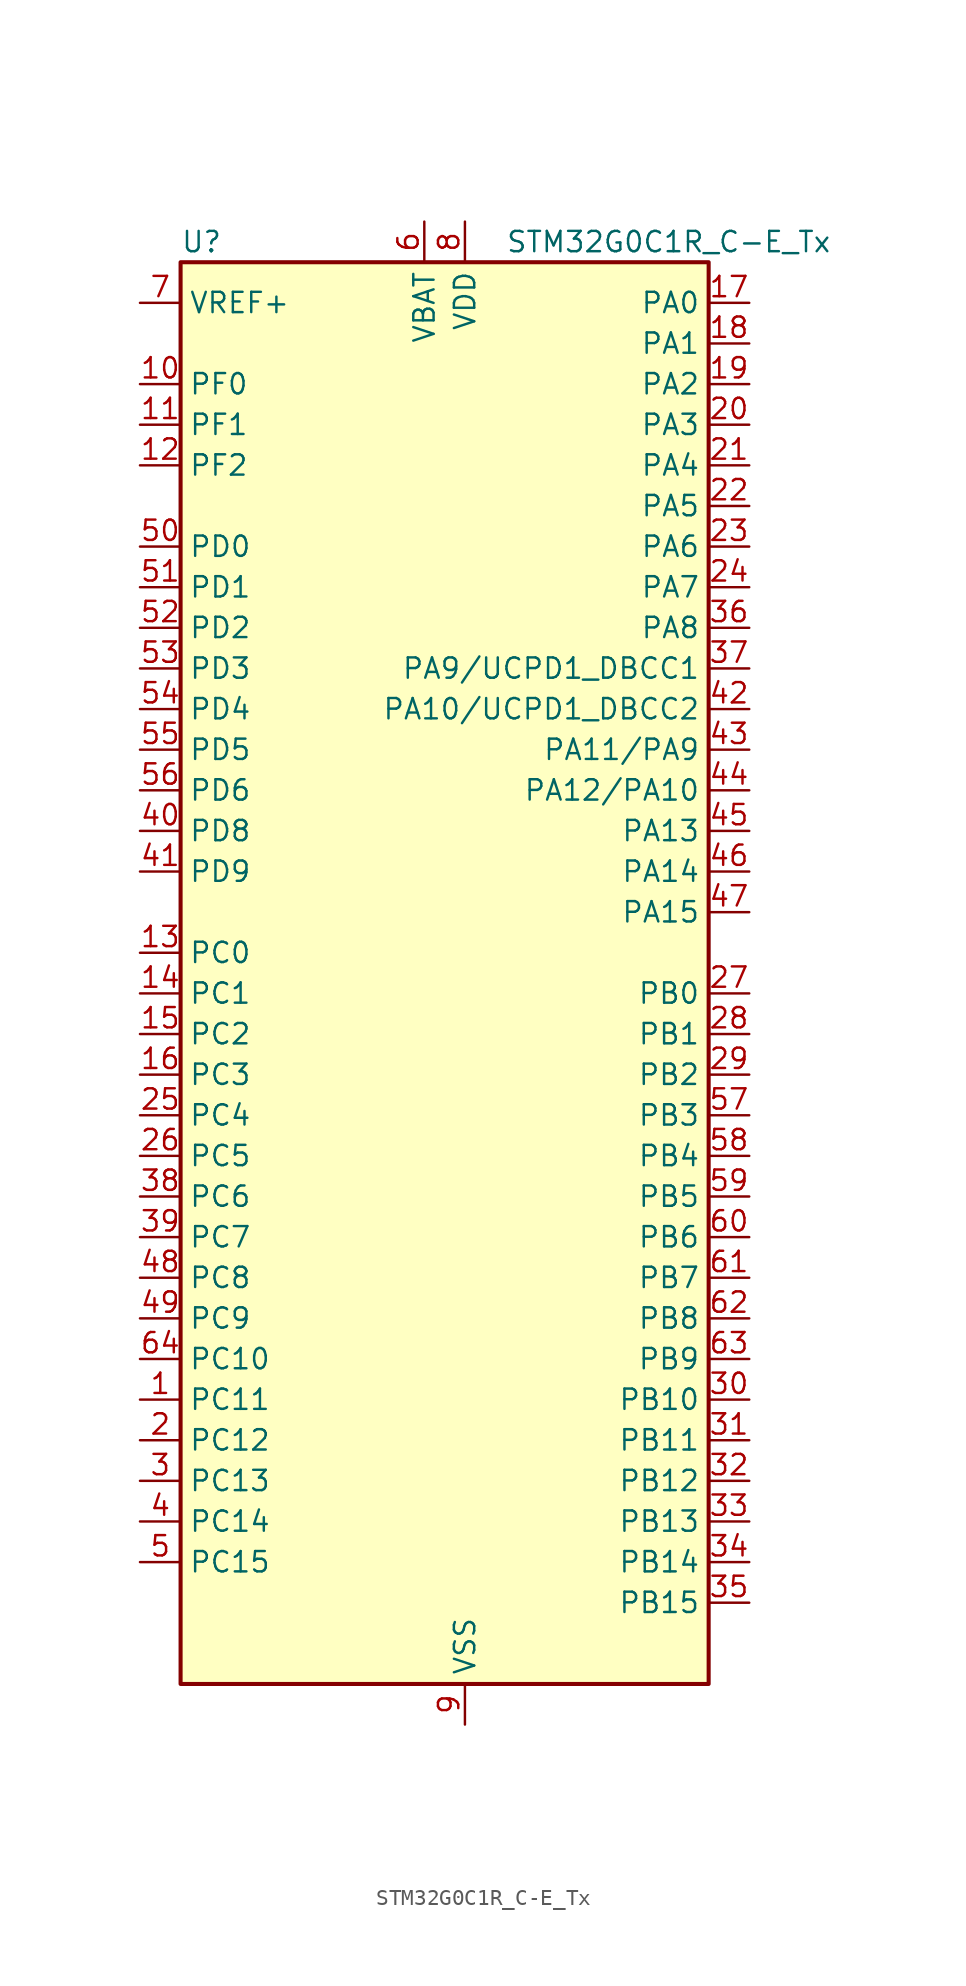
<source format=kicad_sym>
(kicad_symbol_lib
  (version 20211014)
  (generator kicad-library-utils)
  (symbol "STM32G0C1R_C-E_Tx"
    (property "Reference" "U"
      (at -15.24 46.99 0)
      (effects (font (size 1.27 1.27)) (justify left)))
    (property "Value" "STM32G0C1R_C-E_Tx"
      (at 5.08 46.99 0)
      (effects (font (size 1.27 1.27)) (justify left)))
    (property "ki_fp_filters" "LQFP*10x10mm*P0.5mm*"
      (at 0.0 0.0 0.0)
      (effects (font (size 1.27 1.27))))
    (symbol "STM32G0C1R_C-E_Tx_0_1"
      (rectangle (start -15.24 -43.18) (end 17.78 45.72) (stroke (width 0.254)) (fill (type background))))
    (symbol "STM32G0C1R_C-E_Tx_1_1"
      (pin input line (at -17.78 43.18 0) (length 2.54) (name "VREF+" (effects (font (size 1.27 1.27)))) (number "7" (effects (font (size 1.27 1.27)))) (alternate "VREFBUF_OUT" bidirectional line))
      (pin bidirectional line (at -17.78 38.1 0) (length 2.54) (name "PF0" (effects (font (size 1.27 1.27)))) (number "10" (effects (font (size 1.27 1.27)))) (alternate "CRS1_SYNC" bidirectional line) (alternate "RCC_OSC_IN" bidirectional line) (alternate "TIM14_CH1" bidirectional line))
      (pin bidirectional line (at -17.78 35.56 0) (length 2.54) (name "PF1" (effects (font (size 1.27 1.27)))) (number "11" (effects (font (size 1.27 1.27)))) (alternate "RCC_OSC_EN" bidirectional line) (alternate "RCC_OSC_OUT" bidirectional line) (alternate "TIM15_CH1N" bidirectional line))
      (pin bidirectional line (at -17.78 33.02 0) (length 2.54) (name "PF2" (effects (font (size 1.27 1.27)))) (number "12" (effects (font (size 1.27 1.27)))) (alternate "LPUART2_DE" bidirectional line) (alternate "LPUART2_RTS" bidirectional line) (alternate "LPUART2_TX" bidirectional line) (alternate "RCC_MCO" bidirectional line))
      (pin bidirectional line (at -17.78 27.94 0) (length 2.54) (name "PD0" (effects (font (size 1.27 1.27)))) (number "50" (effects (font (size 1.27 1.27)))) (alternate "FDCAN1_RX" bidirectional line) (alternate "I2S2_WS" bidirectional line) (alternate "SPI2_NSS" bidirectional line) (alternate "TIM16_CH1" bidirectional line) (alternate "UCPD2_CC1" bidirectional line))
      (pin bidirectional line (at -17.78 25.4 0) (length 2.54) (name "PD1" (effects (font (size 1.27 1.27)))) (number "51" (effects (font (size 1.27 1.27)))) (alternate "FDCAN1_TX" bidirectional line) (alternate "I2S2_CK" bidirectional line) (alternate "SPI2_SCK" bidirectional line) (alternate "TIM17_CH1" bidirectional line) (alternate "UCPD2_DBCC1" bidirectional line))
      (pin bidirectional line (at -17.78 22.86 0) (length 2.54) (name "PD2" (effects (font (size 1.27 1.27)))) (number "52" (effects (font (size 1.27 1.27)))) (alternate "TIM1_CH1N" bidirectional line) (alternate "TIM3_ETR" bidirectional line) (alternate "UCPD2_CC2" bidirectional line) (alternate "USART3_CK" bidirectional line) (alternate "USART3_DE" bidirectional line) (alternate "USART3_RTS" bidirectional line) (alternate "USART5_RX" bidirectional line))
      (pin bidirectional line (at -17.78 20.32 0) (length 2.54) (name "PD3" (effects (font (size 1.27 1.27)))) (number "53" (effects (font (size 1.27 1.27)))) (alternate "I2S2_MCK" bidirectional line) (alternate "SPI2_MISO" bidirectional line) (alternate "TIM1_CH2N" bidirectional line) (alternate "UCPD2_DBCC2" bidirectional line) (alternate "USART2_CTS" bidirectional line) (alternate "USART2_NSS" bidirectional line) (alternate "USART5_TX" bidirectional line))
      (pin bidirectional line (at -17.78 17.78 0) (length 2.54) (name "PD4" (effects (font (size 1.27 1.27)))) (number "54" (effects (font (size 1.27 1.27)))) (alternate "I2S2_SD" bidirectional line) (alternate "SPI2_MOSI" bidirectional line) (alternate "TIM1_CH3N" bidirectional line) (alternate "USART2_CK" bidirectional line) (alternate "USART2_DE" bidirectional line) (alternate "USART2_RTS" bidirectional line) (alternate "USART5_CK" bidirectional line) (alternate "USART5_DE" bidirectional line) (alternate "USART5_RTS" bidirectional line))
      (pin bidirectional line (at -17.78 15.24 0) (length 2.54) (name "PD5" (effects (font (size 1.27 1.27)))) (number "55" (effects (font (size 1.27 1.27)))) (alternate "I2S1_MCK" bidirectional line) (alternate "SPI1_MISO" bidirectional line) (alternate "TIM1_BK" bidirectional line) (alternate "USART2_TX" bidirectional line) (alternate "USART5_CTS" bidirectional line) (alternate "USART5_NSS" bidirectional line))
      (pin bidirectional line (at -17.78 12.7 0) (length 2.54) (name "PD6" (effects (font (size 1.27 1.27)))) (number "56" (effects (font (size 1.27 1.27)))) (alternate "I2S1_SD" bidirectional line) (alternate "LPTIM2_OUT" bidirectional line) (alternate "SPI1_MOSI" bidirectional line) (alternate "USART2_RX" bidirectional line))
      (pin bidirectional line (at -17.78 10.16 0) (length 2.54) (name "PD8" (effects (font (size 1.27 1.27)))) (number "40" (effects (font (size 1.27 1.27)))) (alternate "I2S1_CK" bidirectional line) (alternate "LPTIM1_OUT" bidirectional line) (alternate "SPI1_SCK" bidirectional line) (alternate "USART3_TX" bidirectional line))
      (pin bidirectional line (at -17.78 7.62 0) (length 2.54) (name "PD9" (effects (font (size 1.27 1.27)))) (number "41" (effects (font (size 1.27 1.27)))) (alternate "DAC1_EXTI9" bidirectional line) (alternate "I2S1_WS" bidirectional line) (alternate "SPI1_NSS" bidirectional line) (alternate "TIM1_BK2" bidirectional line) (alternate "USART3_RX" bidirectional line))
      (pin bidirectional line (at -17.78 2.54 0) (length 2.54) (name "PC0" (effects (font (size 1.27 1.27)))) (number "13" (effects (font (size 1.27 1.27)))) (alternate "COMP3_INM" bidirectional line) (alternate "COMP3_OUT" bidirectional line) (alternate "I2C3_SCL" bidirectional line) (alternate "LPTIM1_IN1" bidirectional line) (alternate "LPTIM2_IN1" bidirectional line) (alternate "LPUART1_RX" bidirectional line) (alternate "LPUART2_TX" bidirectional line) (alternate "USART6_TX" bidirectional line))
      (pin bidirectional line (at -17.78 0.0 0) (length 2.54) (name "PC1" (effects (font (size 1.27 1.27)))) (number "14" (effects (font (size 1.27 1.27)))) (alternate "COMP3_INP" bidirectional line) (alternate "I2C3_SDA" bidirectional line) (alternate "LPTIM1_OUT" bidirectional line) (alternate "LPUART1_TX" bidirectional line) (alternate "LPUART2_RX" bidirectional line) (alternate "TIM15_CH1" bidirectional line) (alternate "USART6_RX" bidirectional line))
      (pin bidirectional line (at -17.78 -2.54 0) (length 2.54) (name "PC2" (effects (font (size 1.27 1.27)))) (number "15" (effects (font (size 1.27 1.27)))) (alternate "COMP3_OUT" bidirectional line) (alternate "FDCAN2_RX" bidirectional line) (alternate "I2S2_MCK" bidirectional line) (alternate "LPTIM1_IN2" bidirectional line) (alternate "SPI2_MISO" bidirectional line) (alternate "TIM15_CH2" bidirectional line))
      (pin bidirectional line (at -17.78 -5.08 0) (length 2.54) (name "PC3" (effects (font (size 1.27 1.27)))) (number "16" (effects (font (size 1.27 1.27)))) (alternate "FDCAN2_TX" bidirectional line) (alternate "I2S2_SD" bidirectional line) (alternate "LPTIM1_ETR" bidirectional line) (alternate "LPTIM2_ETR" bidirectional line) (alternate "SPI2_MOSI" bidirectional line))
      (pin bidirectional line (at -17.78 -7.62 0) (length 2.54) (name "PC4" (effects (font (size 1.27 1.27)))) (number "25" (effects (font (size 1.27 1.27)))) (alternate "ADC1_IN17" bidirectional line) (alternate "COMP1_INM" bidirectional line) (alternate "FDCAN1_RX" bidirectional line) (alternate "TIM2_CH1" bidirectional line) (alternate "TIM2_ETR" bidirectional line) (alternate "USART1_TX" bidirectional line) (alternate "USART3_TX" bidirectional line))
      (pin bidirectional line (at -17.78 -10.16 0) (length 2.54) (name "PC5" (effects (font (size 1.27 1.27)))) (number "26" (effects (font (size 1.27 1.27)))) (alternate "ADC1_IN18" bidirectional line) (alternate "COMP1_INP" bidirectional line) (alternate "FDCAN1_TX" bidirectional line) (alternate "SYS_WKUP5" bidirectional line) (alternate "TIM2_CH2" bidirectional line) (alternate "USART1_RX" bidirectional line) (alternate "USART3_RX" bidirectional line))
      (pin bidirectional line (at -17.78 -12.7 0) (length 2.54) (name "PC6" (effects (font (size 1.27 1.27)))) (number "38" (effects (font (size 1.27 1.27)))) (alternate "LPUART2_TX" bidirectional line) (alternate "TIM2_CH3" bidirectional line) (alternate "TIM3_CH1" bidirectional line) (alternate "UCPD1_FRSTX1" bidirectional line) (alternate "UCPD1_FRSTX2" bidirectional line))
      (pin bidirectional line (at -17.78 -15.24 0) (length 2.54) (name "PC7" (effects (font (size 1.27 1.27)))) (number "39" (effects (font (size 1.27 1.27)))) (alternate "LPUART2_RX" bidirectional line) (alternate "TIM2_CH4" bidirectional line) (alternate "TIM3_CH2" bidirectional line) (alternate "UCPD2_FRSTX1" bidirectional line) (alternate "UCPD2_FRSTX2" bidirectional line))
      (pin bidirectional line (at -17.78 -17.78 0) (length 2.54) (name "PC8" (effects (font (size 1.27 1.27)))) (number "48" (effects (font (size 1.27 1.27)))) (alternate "LPUART2_CTS" bidirectional line) (alternate "TIM1_CH1" bidirectional line) (alternate "TIM3_CH3" bidirectional line) (alternate "UCPD2_FRSTX1" bidirectional line) (alternate "UCPD2_FRSTX2" bidirectional line))
      (pin bidirectional line (at -17.78 -20.32 0) (length 2.54) (name "PC9" (effects (font (size 1.27 1.27)))) (number "49" (effects (font (size 1.27 1.27)))) (alternate "DAC1_EXTI9" bidirectional line) (alternate "I2S_CKIN" bidirectional line) (alternate "LPUART2_DE" bidirectional line) (alternate "LPUART2_RTS" bidirectional line) (alternate "TIM1_CH2" bidirectional line) (alternate "TIM3_CH4" bidirectional line) (alternate "USB_NOE" bidirectional line))
      (pin bidirectional line (at -17.78 -22.86 0) (length 2.54) (name "PC10" (effects (font (size 1.27 1.27)))) (number "64" (effects (font (size 1.27 1.27)))) (alternate "SPI3_SCK" bidirectional line) (alternate "TIM1_CH3" bidirectional line) (alternate "USART3_TX" bidirectional line) (alternate "USART4_TX" bidirectional line))
      (pin bidirectional line (at -17.78 -25.4 0) (length 2.54) (name "PC11" (effects (font (size 1.27 1.27)))) (number "1" (effects (font (size 1.27 1.27)))) (alternate "ADC1_EXTI11" bidirectional line) (alternate "SPI3_MISO" bidirectional line) (alternate "TIM1_CH4" bidirectional line) (alternate "USART3_RX" bidirectional line) (alternate "USART4_RX" bidirectional line))
      (pin bidirectional line (at -17.78 -27.94 0) (length 2.54) (name "PC12" (effects (font (size 1.27 1.27)))) (number "2" (effects (font (size 1.27 1.27)))) (alternate "LPTIM1_IN1" bidirectional line) (alternate "SPI3_MOSI" bidirectional line) (alternate "TIM14_CH1" bidirectional line) (alternate "UCPD1_FRSTX1" bidirectional line) (alternate "UCPD1_FRSTX2" bidirectional line) (alternate "USART5_TX" bidirectional line))
      (pin bidirectional line (at -17.78 -30.48 0) (length 2.54) (name "PC13" (effects (font (size 1.27 1.27)))) (number "3" (effects (font (size 1.27 1.27)))) (alternate "RTC_OUT1" bidirectional line) (alternate "RTC_TAMP_IN1" bidirectional line) (alternate "RTC_TS" bidirectional line) (alternate "SYS_WKUP2" bidirectional line) (alternate "TIM1_BK" bidirectional line))
      (pin bidirectional line (at -17.78 -33.02 0) (length 2.54) (name "PC14" (effects (font (size 1.27 1.27)))) (number "4" (effects (font (size 1.27 1.27)))) (alternate "RCC_OSC32_IN" bidirectional line) (alternate "TIM1_BK2" bidirectional line))
      (pin bidirectional line (at -17.78 -35.56 0) (length 2.54) (name "PC15" (effects (font (size 1.27 1.27)))) (number "5" (effects (font (size 1.27 1.27)))) (alternate "RCC_OSC32_EN" bidirectional line) (alternate "RCC_OSC32_OUT" bidirectional line) (alternate "RCC_OSC_EN" bidirectional line) (alternate "TIM15_BK" bidirectional line))
      (pin bidirectional line (at 20.32 43.18 180) (length 2.54) (name "PA0" (effects (font (size 1.27 1.27)))) (number "17" (effects (font (size 1.27 1.27)))) (alternate "ADC1_IN0" bidirectional line) (alternate "COMP1_INM" bidirectional line) (alternate "COMP1_OUT" bidirectional line) (alternate "I2S2_CK" bidirectional line) (alternate "LPTIM1_OUT" bidirectional line) (alternate "RTC_TAMP_IN2" bidirectional line) (alternate "SPI2_SCK" bidirectional line) (alternate "SYS_WKUP1" bidirectional line) (alternate "TIM2_CH1" bidirectional line) (alternate "TIM2_ETR" bidirectional line) (alternate "UCPD2_FRSTX1" bidirectional line) (alternate "UCPD2_FRSTX2" bidirectional line) (alternate "USART2_CTS" bidirectional line) (alternate "USART2_NSS" bidirectional line) (alternate "USART4_TX" bidirectional line))
      (pin bidirectional line (at 20.32 40.64 180) (length 2.54) (name "PA1" (effects (font (size 1.27 1.27)))) (number "18" (effects (font (size 1.27 1.27)))) (alternate "ADC1_IN1" bidirectional line) (alternate "COMP1_INP" bidirectional line) (alternate "I2C1_SMBA" bidirectional line) (alternate "I2S1_CK" bidirectional line) (alternate "SPI1_SCK" bidirectional line) (alternate "TIM15_CH1N" bidirectional line) (alternate "TIM2_CH2" bidirectional line) (alternate "USART2_CK" bidirectional line) (alternate "USART2_DE" bidirectional line) (alternate "USART2_RTS" bidirectional line) (alternate "USART4_RX" bidirectional line))
      (pin bidirectional line (at 20.32 38.1 180) (length 2.54) (name "PA2" (effects (font (size 1.27 1.27)))) (number "19" (effects (font (size 1.27 1.27)))) (alternate "ADC1_IN2" bidirectional line) (alternate "COMP2_INM" bidirectional line) (alternate "COMP2_OUT" bidirectional line) (alternate "I2S1_SD" bidirectional line) (alternate "LPUART1_TX" bidirectional line) (alternate "RCC_LSCO" bidirectional line) (alternate "SPI1_MOSI" bidirectional line) (alternate "SYS_WKUP4" bidirectional line) (alternate "TIM15_CH1" bidirectional line) (alternate "TIM2_CH3" bidirectional line) (alternate "UCPD1_FRSTX1" bidirectional line) (alternate "UCPD1_FRSTX2" bidirectional line) (alternate "USART2_TX" bidirectional line))
      (pin bidirectional line (at 20.32 35.56 180) (length 2.54) (name "PA3" (effects (font (size 1.27 1.27)))) (number "20" (effects (font (size 1.27 1.27)))) (alternate "ADC1_IN3" bidirectional line) (alternate "COMP2_INP" bidirectional line) (alternate "I2S2_MCK" bidirectional line) (alternate "LPUART1_RX" bidirectional line) (alternate "SPI2_MISO" bidirectional line) (alternate "TIM15_CH2" bidirectional line) (alternate "TIM2_CH4" bidirectional line) (alternate "UCPD2_FRSTX1" bidirectional line) (alternate "UCPD2_FRSTX2" bidirectional line) (alternate "USART2_RX" bidirectional line))
      (pin bidirectional line (at 20.32 33.02 180) (length 2.54) (name "PA4" (effects (font (size 1.27 1.27)))) (number "21" (effects (font (size 1.27 1.27)))) (alternate "ADC1_IN4" bidirectional line) (alternate "DAC1_OUT1" bidirectional line) (alternate "I2S1_WS" bidirectional line) (alternate "I2S2_SD" bidirectional line) (alternate "LPTIM2_OUT" bidirectional line) (alternate "RTC_OUT2" bidirectional line) (alternate "SPI1_NSS" bidirectional line) (alternate "SPI2_MOSI" bidirectional line) (alternate "SPI3_NSS" bidirectional line) (alternate "TIM14_CH1" bidirectional line) (alternate "UCPD2_FRSTX1" bidirectional line) (alternate "UCPD2_FRSTX2" bidirectional line) (alternate "USART6_TX" bidirectional line) (alternate "USB_NOE" bidirectional line))
      (pin bidirectional line (at 20.32 30.48 180) (length 2.54) (name "PA5" (effects (font (size 1.27 1.27)))) (number "22" (effects (font (size 1.27 1.27)))) (alternate "ADC1_IN5" bidirectional line) (alternate "CEC" bidirectional line) (alternate "DAC1_OUT2" bidirectional line) (alternate "I2S1_CK" bidirectional line) (alternate "LPTIM2_ETR" bidirectional line) (alternate "SPI1_SCK" bidirectional line) (alternate "TIM2_CH1" bidirectional line) (alternate "TIM2_ETR" bidirectional line) (alternate "UCPD1_FRSTX1" bidirectional line) (alternate "UCPD1_FRSTX2" bidirectional line) (alternate "USART3_TX" bidirectional line) (alternate "USART6_RX" bidirectional line))
      (pin bidirectional line (at 20.32 27.94 180) (length 2.54) (name "PA6" (effects (font (size 1.27 1.27)))) (number "23" (effects (font (size 1.27 1.27)))) (alternate "ADC1_IN6" bidirectional line) (alternate "COMP1_OUT" bidirectional line) (alternate "I2C2_SDA" bidirectional line) (alternate "I2C3_SDA" bidirectional line) (alternate "I2S1_MCK" bidirectional line) (alternate "LPUART1_CTS" bidirectional line) (alternate "SPI1_MISO" bidirectional line) (alternate "TIM16_CH1" bidirectional line) (alternate "TIM1_BK" bidirectional line) (alternate "TIM3_CH1" bidirectional line) (alternate "USART3_CTS" bidirectional line) (alternate "USART3_NSS" bidirectional line) (alternate "USART6_CTS" bidirectional line) (alternate "USART6_NSS" bidirectional line))
      (pin bidirectional line (at 20.32 25.4 180) (length 2.54) (name "PA7" (effects (font (size 1.27 1.27)))) (number "24" (effects (font (size 1.27 1.27)))) (alternate "ADC1_IN7" bidirectional line) (alternate "COMP2_OUT" bidirectional line) (alternate "I2C2_SCL" bidirectional line) (alternate "I2C3_SCL" bidirectional line) (alternate "I2S1_SD" bidirectional line) (alternate "SPI1_MOSI" bidirectional line) (alternate "TIM14_CH1" bidirectional line) (alternate "TIM17_CH1" bidirectional line) (alternate "TIM1_CH1N" bidirectional line) (alternate "TIM3_CH2" bidirectional line) (alternate "UCPD1_FRSTX1" bidirectional line) (alternate "UCPD1_FRSTX2" bidirectional line) (alternate "USART6_CK" bidirectional line) (alternate "USART6_DE" bidirectional line) (alternate "USART6_RTS" bidirectional line))
      (pin bidirectional line (at 20.32 22.86 180) (length 2.54) (name "PA8" (effects (font (size 1.27 1.27)))) (number "36" (effects (font (size 1.27 1.27)))) (alternate "CRS1_SYNC" bidirectional line) (alternate "I2C2_SMBA" bidirectional line) (alternate "I2S2_WS" bidirectional line) (alternate "LPTIM2_OUT" bidirectional line) (alternate "RCC_MCO" bidirectional line) (alternate "SPI2_NSS" bidirectional line) (alternate "TIM1_CH1" bidirectional line) (alternate "UCPD1_CC1" bidirectional line))
      (pin bidirectional line (at 20.32 20.32 180) (length 2.54) (name "PA9/UCPD1_DBCC1" (effects (font (size 1.27 1.27)))) (number "37" (effects (font (size 1.27 1.27)))) (alternate "DAC1_EXTI9" bidirectional line) (alternate "I2C1_SCL" bidirectional line) (alternate "I2C2_SCL" bidirectional line) (alternate "I2S2_MCK" bidirectional line) (alternate "RCC_MCO" bidirectional line) (alternate "SPI2_MISO" bidirectional line) (alternate "TIM15_BK" bidirectional line) (alternate "TIM1_CH2" bidirectional line) (alternate "UCPD1_DBCC1" bidirectional line) (alternate "USART1_TX" bidirectional line))
      (pin bidirectional line (at 20.32 17.78 180) (length 2.54) (name "PA10/UCPD1_DBCC2" (effects (font (size 1.27 1.27)))) (number "42" (effects (font (size 1.27 1.27)))) (alternate "I2C1_SDA" bidirectional line) (alternate "I2C2_SDA" bidirectional line) (alternate "I2S2_SD" bidirectional line) (alternate "RCC_MCO_2" bidirectional line) (alternate "SPI2_MOSI" bidirectional line) (alternate "TIM17_BK" bidirectional line) (alternate "TIM1_CH3" bidirectional line) (alternate "UCPD1_DBCC2" bidirectional line) (alternate "USART1_RX" bidirectional line))
      (pin bidirectional line (at 20.32 15.24 180) (length 2.54) (name "PA11/PA9" (effects (font (size 1.27 1.27)))) (number "43" (effects (font (size 1.27 1.27)))) (alternate "ADC1_EXTI11" bidirectional line) (alternate "COMP1_OUT" bidirectional line) (alternate "FDCAN1_RX" bidirectional line) (alternate "I2C2_SCL" bidirectional line) (alternate "I2S1_MCK" bidirectional line) (alternate "SPI1_MISO" bidirectional line) (alternate "TIM1_BK2" bidirectional line) (alternate "TIM1_CH4" bidirectional line) (alternate "USART1_CTS" bidirectional line) (alternate "USART1_NSS" bidirectional line) (alternate "USB_DM" bidirectional line))
      (pin bidirectional line (at 20.32 12.7 180) (length 2.54) (name "PA12/PA10" (effects (font (size 1.27 1.27)))) (number "44" (effects (font (size 1.27 1.27)))) (alternate "COMP2_OUT" bidirectional line) (alternate "FDCAN1_TX" bidirectional line) (alternate "I2C2_SDA" bidirectional line) (alternate "I2S1_SD" bidirectional line) (alternate "I2S_CKIN" bidirectional line) (alternate "SPI1_MOSI" bidirectional line) (alternate "TIM1_ETR" bidirectional line) (alternate "USART1_CK" bidirectional line) (alternate "USART1_DE" bidirectional line) (alternate "USART1_RTS" bidirectional line) (alternate "USB_DP" bidirectional line))
      (pin bidirectional line (at 20.32 10.16 180) (length 2.54) (name "PA13" (effects (font (size 1.27 1.27)))) (number "45" (effects (font (size 1.27 1.27)))) (alternate "IR_OUT" bidirectional line) (alternate "LPUART2_RX" bidirectional line) (alternate "SYS_SWDIO" bidirectional line) (alternate "USB_NOE" bidirectional line))
      (pin bidirectional line (at 20.32 7.62 180) (length 2.54) (name "PA14" (effects (font (size 1.27 1.27)))) (number "46" (effects (font (size 1.27 1.27)))) (alternate "LPUART2_TX" bidirectional line) (alternate "SYS_SWCLK" bidirectional line) (alternate "USART2_TX" bidirectional line))
      (pin bidirectional line (at 20.32 5.08 180) (length 2.54) (name "PA15" (effects (font (size 1.27 1.27)))) (number "47" (effects (font (size 1.27 1.27)))) (alternate "I2C2_SMBA" bidirectional line) (alternate "I2S1_WS" bidirectional line) (alternate "RCC_MCO_2" bidirectional line) (alternate "SPI1_NSS" bidirectional line) (alternate "SPI3_NSS" bidirectional line) (alternate "TIM2_CH1" bidirectional line) (alternate "TIM2_ETR" bidirectional line) (alternate "USART2_RX" bidirectional line) (alternate "USART3_CK" bidirectional line) (alternate "USART3_DE" bidirectional line) (alternate "USART3_RTS" bidirectional line) (alternate "USART4_CK" bidirectional line) (alternate "USART4_DE" bidirectional line) (alternate "USART4_RTS" bidirectional line) (alternate "USB_NOE" bidirectional line))
      (pin bidirectional line (at 20.32 0.0 180) (length 2.54) (name "PB0" (effects (font (size 1.27 1.27)))) (number "27" (effects (font (size 1.27 1.27)))) (alternate "ADC1_IN8" bidirectional line) (alternate "COMP1_OUT" bidirectional line) (alternate "COMP3_INP" bidirectional line) (alternate "FDCAN2_RX" bidirectional line) (alternate "I2S1_WS" bidirectional line) (alternate "LPTIM1_OUT" bidirectional line) (alternate "LPUART2_CTS" bidirectional line) (alternate "SPI1_NSS" bidirectional line) (alternate "TIM1_CH2N" bidirectional line) (alternate "TIM3_CH3" bidirectional line) (alternate "UCPD1_FRSTX1" bidirectional line) (alternate "UCPD1_FRSTX2" bidirectional line) (alternate "USART3_RX" bidirectional line) (alternate "USART5_TX" bidirectional line))
      (pin bidirectional line (at 20.32 -2.54 180) (length 2.54) (name "PB1" (effects (font (size 1.27 1.27)))) (number "28" (effects (font (size 1.27 1.27)))) (alternate "ADC1_IN9" bidirectional line) (alternate "COMP1_INM" bidirectional line) (alternate "COMP3_OUT" bidirectional line) (alternate "FDCAN2_TX" bidirectional line) (alternate "LPTIM2_IN1" bidirectional line) (alternate "LPUART1_DE" bidirectional line) (alternate "LPUART1_RTS" bidirectional line) (alternate "LPUART2_DE" bidirectional line) (alternate "LPUART2_RTS" bidirectional line) (alternate "TIM14_CH1" bidirectional line) (alternate "TIM1_CH3N" bidirectional line) (alternate "TIM3_CH4" bidirectional line) (alternate "USART3_CK" bidirectional line) (alternate "USART3_DE" bidirectional line) (alternate "USART3_RTS" bidirectional line) (alternate "USART5_RX" bidirectional line))
      (pin bidirectional line (at 20.32 -5.08 180) (length 2.54) (name "PB2" (effects (font (size 1.27 1.27)))) (number "29" (effects (font (size 1.27 1.27)))) (alternate "ADC1_IN10" bidirectional line) (alternate "COMP1_INP" bidirectional line) (alternate "COMP3_INM" bidirectional line) (alternate "I2S2_MCK" bidirectional line) (alternate "LPTIM1_OUT" bidirectional line) (alternate "RCC_MCO_2" bidirectional line) (alternate "SPI2_MISO" bidirectional line) (alternate "USART3_TX" bidirectional line))
      (pin bidirectional line (at 20.32 -7.62 180) (length 2.54) (name "PB3" (effects (font (size 1.27 1.27)))) (number "57" (effects (font (size 1.27 1.27)))) (alternate "COMP2_INM" bidirectional line) (alternate "I2C2_SCL" bidirectional line) (alternate "I2C3_SCL" bidirectional line) (alternate "I2S1_CK" bidirectional line) (alternate "SPI1_SCK" bidirectional line) (alternate "SPI3_SCK" bidirectional line) (alternate "TIM1_CH2" bidirectional line) (alternate "TIM2_CH2" bidirectional line) (alternate "USART1_CK" bidirectional line) (alternate "USART1_DE" bidirectional line) (alternate "USART1_RTS" bidirectional line) (alternate "USART5_TX" bidirectional line))
      (pin bidirectional line (at 20.32 -10.16 180) (length 2.54) (name "PB4" (effects (font (size 1.27 1.27)))) (number "58" (effects (font (size 1.27 1.27)))) (alternate "COMP2_INP" bidirectional line) (alternate "I2C2_SDA" bidirectional line) (alternate "I2C3_SDA" bidirectional line) (alternate "I2S1_MCK" bidirectional line) (alternate "SPI1_MISO" bidirectional line) (alternate "SPI3_MISO" bidirectional line) (alternate "TIM17_BK" bidirectional line) (alternate "TIM3_CH1" bidirectional line) (alternate "USART1_CTS" bidirectional line) (alternate "USART1_NSS" bidirectional line) (alternate "USART5_RX" bidirectional line))
      (pin bidirectional line (at 20.32 -12.7 180) (length 2.54) (name "PB5" (effects (font (size 1.27 1.27)))) (number "59" (effects (font (size 1.27 1.27)))) (alternate "COMP2_OUT" bidirectional line) (alternate "FDCAN2_RX" bidirectional line) (alternate "I2C1_SMBA" bidirectional line) (alternate "I2S1_SD" bidirectional line) (alternate "LPTIM1_IN1" bidirectional line) (alternate "SPI1_MOSI" bidirectional line) (alternate "SPI3_MOSI" bidirectional line) (alternate "SYS_WKUP6" bidirectional line) (alternate "TIM16_BK" bidirectional line) (alternate "TIM3_CH2" bidirectional line) (alternate "USART5_CK" bidirectional line) (alternate "USART5_DE" bidirectional line) (alternate "USART5_RTS" bidirectional line))
      (pin bidirectional line (at 20.32 -15.24 180) (length 2.54) (name "PB6" (effects (font (size 1.27 1.27)))) (number "60" (effects (font (size 1.27 1.27)))) (alternate "COMP2_INP" bidirectional line) (alternate "FDCAN2_TX" bidirectional line) (alternate "I2C1_SCL" bidirectional line) (alternate "I2S2_MCK" bidirectional line) (alternate "LPTIM1_ETR" bidirectional line) (alternate "LPUART2_TX" bidirectional line) (alternate "SPI2_MISO" bidirectional line) (alternate "TIM16_CH1N" bidirectional line) (alternate "TIM1_CH3" bidirectional line) (alternate "TIM4_CH1" bidirectional line) (alternate "USART1_TX" bidirectional line) (alternate "USART5_CTS" bidirectional line) (alternate "USART5_NSS" bidirectional line))
      (pin bidirectional line (at 20.32 -17.78 180) (length 2.54) (name "PB7" (effects (font (size 1.27 1.27)))) (number "61" (effects (font (size 1.27 1.27)))) (alternate "COMP2_INM" bidirectional line) (alternate "I2C1_SDA" bidirectional line) (alternate "I2S2_SD" bidirectional line) (alternate "LPTIM1_IN2" bidirectional line) (alternate "LPUART2_RX" bidirectional line) (alternate "SPI2_MOSI" bidirectional line) (alternate "SYS_PVD_IN" bidirectional line) (alternate "TIM17_CH1N" bidirectional line) (alternate "TIM4_CH2" bidirectional line) (alternate "USART1_RX" bidirectional line) (alternate "USART4_CTS" bidirectional line) (alternate "USART4_NSS" bidirectional line))
      (pin bidirectional line (at 20.32 -20.32 180) (length 2.54) (name "PB8" (effects (font (size 1.27 1.27)))) (number "62" (effects (font (size 1.27 1.27)))) (alternate "CEC" bidirectional line) (alternate "FDCAN1_RX" bidirectional line) (alternate "I2C1_SCL" bidirectional line) (alternate "I2S2_CK" bidirectional line) (alternate "SPI2_SCK" bidirectional line) (alternate "TIM15_BK" bidirectional line) (alternate "TIM16_CH1" bidirectional line) (alternate "TIM4_CH3" bidirectional line) (alternate "USART3_TX" bidirectional line) (alternate "USART6_TX" bidirectional line))
      (pin bidirectional line (at 20.32 -22.86 180) (length 2.54) (name "PB9" (effects (font (size 1.27 1.27)))) (number "63" (effects (font (size 1.27 1.27)))) (alternate "DAC1_EXTI9" bidirectional line) (alternate "FDCAN1_TX" bidirectional line) (alternate "I2C1_SDA" bidirectional line) (alternate "I2S2_WS" bidirectional line) (alternate "IR_OUT" bidirectional line) (alternate "SPI2_NSS" bidirectional line) (alternate "TIM17_CH1" bidirectional line) (alternate "TIM4_CH4" bidirectional line) (alternate "UCPD2_FRSTX1" bidirectional line) (alternate "UCPD2_FRSTX2" bidirectional line) (alternate "USART3_RX" bidirectional line) (alternate "USART6_RX" bidirectional line))
      (pin bidirectional line (at 20.32 -25.4 180) (length 2.54) (name "PB10" (effects (font (size 1.27 1.27)))) (number "30" (effects (font (size 1.27 1.27)))) (alternate "ADC1_IN11" bidirectional line) (alternate "CEC" bidirectional line) (alternate "COMP1_OUT" bidirectional line) (alternate "I2C2_SCL" bidirectional line) (alternate "I2S2_CK" bidirectional line) (alternate "LPUART1_RX" bidirectional line) (alternate "SPI2_SCK" bidirectional line) (alternate "TIM2_CH3" bidirectional line) (alternate "USART3_TX" bidirectional line))
      (pin bidirectional line (at 20.32 -27.94 180) (length 2.54) (name "PB11" (effects (font (size 1.27 1.27)))) (number "31" (effects (font (size 1.27 1.27)))) (alternate "ADC1_EXTI11" bidirectional line) (alternate "ADC1_IN15" bidirectional line) (alternate "COMP2_OUT" bidirectional line) (alternate "I2C2_SDA" bidirectional line) (alternate "I2S2_SD" bidirectional line) (alternate "LPUART1_TX" bidirectional line) (alternate "SPI2_MOSI" bidirectional line) (alternate "TIM2_CH4" bidirectional line) (alternate "USART3_RX" bidirectional line))
      (pin bidirectional line (at 20.32 -30.48 180) (length 2.54) (name "PB12" (effects (font (size 1.27 1.27)))) (number "32" (effects (font (size 1.27 1.27)))) (alternate "ADC1_IN16" bidirectional line) (alternate "FDCAN2_RX" bidirectional line) (alternate "I2C2_SMBA" bidirectional line) (alternate "I2S2_WS" bidirectional line) (alternate "LPUART1_DE" bidirectional line) (alternate "LPUART1_RTS" bidirectional line) (alternate "SPI2_NSS" bidirectional line) (alternate "TIM15_BK" bidirectional line) (alternate "TIM1_BK" bidirectional line) (alternate "UCPD2_FRSTX1" bidirectional line) (alternate "UCPD2_FRSTX2" bidirectional line))
      (pin bidirectional line (at 20.32 -33.02 180) (length 2.54) (name "PB13" (effects (font (size 1.27 1.27)))) (number "33" (effects (font (size 1.27 1.27)))) (alternate "FDCAN2_TX" bidirectional line) (alternate "I2C2_SCL" bidirectional line) (alternate "I2S2_CK" bidirectional line) (alternate "LPUART1_CTS" bidirectional line) (alternate "SPI2_SCK" bidirectional line) (alternate "TIM15_CH1N" bidirectional line) (alternate "TIM1_CH1N" bidirectional line) (alternate "USART3_CTS" bidirectional line) (alternate "USART3_NSS" bidirectional line))
      (pin bidirectional line (at 20.32 -35.56 180) (length 2.54) (name "PB14" (effects (font (size 1.27 1.27)))) (number "34" (effects (font (size 1.27 1.27)))) (alternate "I2C2_SDA" bidirectional line) (alternate "I2S2_MCK" bidirectional line) (alternate "SPI2_MISO" bidirectional line) (alternate "TIM15_CH1" bidirectional line) (alternate "TIM1_CH2N" bidirectional line) (alternate "UCPD1_FRSTX1" bidirectional line) (alternate "UCPD1_FRSTX2" bidirectional line) (alternate "USART3_CK" bidirectional line) (alternate "USART3_DE" bidirectional line) (alternate "USART3_RTS" bidirectional line) (alternate "USART6_CK" bidirectional line) (alternate "USART6_DE" bidirectional line) (alternate "USART6_RTS" bidirectional line))
      (pin bidirectional line (at 20.32 -38.1 180) (length 2.54) (name "PB15" (effects (font (size 1.27 1.27)))) (number "35" (effects (font (size 1.27 1.27)))) (alternate "I2S2_SD" bidirectional line) (alternate "RTC_REFIN" bidirectional line) (alternate "SPI2_MOSI" bidirectional line) (alternate "TIM15_CH1N" bidirectional line) (alternate "TIM15_CH2" bidirectional line) (alternate "TIM1_CH3N" bidirectional line) (alternate "UCPD1_CC2" bidirectional line) (alternate "USART6_CTS" bidirectional line) (alternate "USART6_NSS" bidirectional line))
      (pin power_in line (at 0.0 48.26 270) (length 2.54) (name "VBAT" (effects (font (size 1.27 1.27)))) (number "6" (effects (font (size 1.27 1.27)))))
      (pin power_in line (at 2.54 48.26 270) (length 2.54) (name "VDD" (effects (font (size 1.27 1.27)))) (number "8" (effects (font (size 1.27 1.27)))))
      (pin power_in line (at 2.54 -45.72 90) (length 2.54) (name "VSS" (effects (font (size 1.27 1.27)))) (number "9" (effects (font (size 1.27 1.27))))))))
</source>
